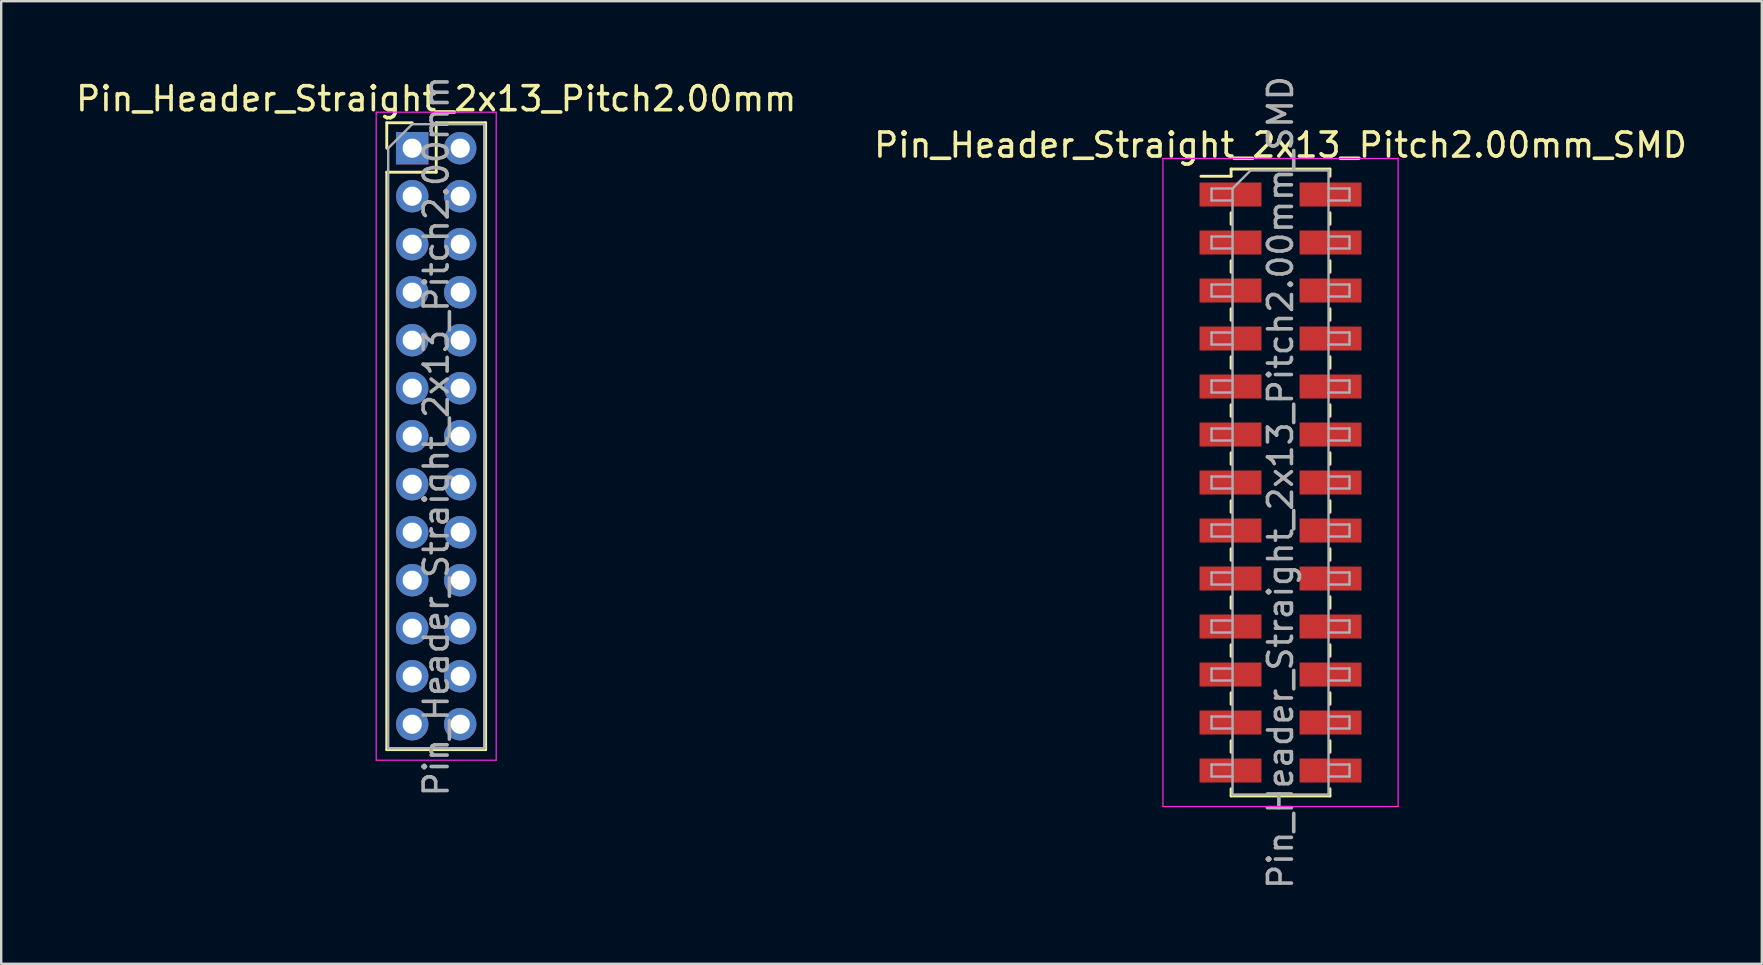
<source format=kicad_pcb>
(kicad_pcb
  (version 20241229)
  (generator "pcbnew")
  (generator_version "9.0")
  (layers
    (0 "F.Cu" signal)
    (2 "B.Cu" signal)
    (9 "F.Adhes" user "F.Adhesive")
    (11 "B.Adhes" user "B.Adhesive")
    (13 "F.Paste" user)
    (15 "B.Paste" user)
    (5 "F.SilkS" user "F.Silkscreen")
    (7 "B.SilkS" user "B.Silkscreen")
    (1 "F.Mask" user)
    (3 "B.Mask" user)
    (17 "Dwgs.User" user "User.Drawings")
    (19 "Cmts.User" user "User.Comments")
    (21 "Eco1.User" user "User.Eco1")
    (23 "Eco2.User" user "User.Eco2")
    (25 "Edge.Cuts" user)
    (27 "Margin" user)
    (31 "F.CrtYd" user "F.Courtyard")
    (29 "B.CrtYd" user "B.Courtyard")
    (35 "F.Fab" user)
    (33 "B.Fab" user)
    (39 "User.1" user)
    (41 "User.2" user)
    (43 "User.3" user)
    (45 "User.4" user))
  (footprint "Pin_Header_Straight_2x13_Pitch2.00mm_SMD"
    (layer "F.Cu")
    (at 50.304 17.054)
    (property "Reference" "Pin_Header_Straight_2x13_Pitch2.00mm_SMD" (at 0 -14.06 0) (layer "F.SilkS") (effects (font (size 1 1) (thickness 0.15))))
    (attr smd)
    (fp_line (start -3.315 -12.76) (end -2.06 -12.76) (stroke (width 0.12) (type solid)) (layer "F.SilkS"))
    (fp_line (start -2.06 -13.06) (end -2.06 -12.76) (stroke (width 0.12) (type solid)) (layer "F.SilkS"))
    (fp_line (start -2.06 -13.06) (end 2.06 -13.06) (stroke (width 0.12) (type solid)) (layer "F.SilkS"))
    (fp_line (start -2.06 -11.24) (end -2.06 -10.76) (stroke (width 0.12) (type solid)) (layer "F.SilkS"))
    (fp_line (start -2.06 -9.24) (end -2.06 -8.76) (stroke (width 0.12) (type solid)) (layer "F.SilkS"))
    (fp_line (start -2.06 -7.24) (end -2.06 -6.76) (stroke (width 0.12) (type solid)) (layer "F.SilkS"))
    (fp_line (start -2.06 -5.24) (end -2.06 -4.76) (stroke (width 0.12) (type solid)) (layer "F.SilkS"))
    (fp_line (start -2.06 -3.24) (end -2.06 -2.76) (stroke (width 0.12) (type solid)) (layer "F.SilkS"))
    (fp_line (start -2.06 -1.24) (end -2.06 -0.76) (stroke (width 0.12) (type solid)) (layer "F.SilkS"))
    (fp_line (start -2.06 0.76) (end -2.06 1.24) (stroke (width 0.12) (type solid)) (layer "F.SilkS"))
    (fp_line (start -2.06 2.76) (end -2.06 3.24) (stroke (width 0.12) (type solid)) (layer "F.SilkS"))
    (fp_line (start -2.06 4.76) (end -2.06 5.24) (stroke (width 0.12) (type solid)) (layer "F.SilkS"))
    (fp_line (start -2.06 6.76) (end -2.06 7.24) (stroke (width 0.12) (type solid)) (layer "F.SilkS"))
    (fp_line (start -2.06 8.76) (end -2.06 9.24) (stroke (width 0.12) (type solid)) (layer "F.SilkS"))
    (fp_line (start -2.06 10.76) (end -2.06 11.24) (stroke (width 0.12) (type solid)) (layer "F.SilkS"))
    (fp_line (start -2.06 12.76) (end -2.06 13.06) (stroke (width 0.12) (type solid)) (layer "F.SilkS"))
    (fp_line (start -2.06 13.06) (end 2.06 13.06) (stroke (width 0.12) (type solid)) (layer "F.SilkS"))
    (fp_line (start 2.06 -13.06) (end 2.06 -12.76) (stroke (width 0.12) (type solid)) (layer "F.SilkS"))
    (fp_line (start 2.06 -11.24) (end 2.06 -10.76) (stroke (width 0.12) (type solid)) (layer "F.SilkS"))
    (fp_line (start 2.06 -9.24) (end 2.06 -8.76) (stroke (width 0.12) (type solid)) (layer "F.SilkS"))
    (fp_line (start 2.06 -7.24) (end 2.06 -6.76) (stroke (width 0.12) (type solid)) (layer "F.SilkS"))
    (fp_line (start 2.06 -5.24) (end 2.06 -4.76) (stroke (width 0.12) (type solid)) (layer "F.SilkS"))
    (fp_line (start 2.06 -3.24) (end 2.06 -2.76) (stroke (width 0.12) (type solid)) (layer "F.SilkS"))
    (fp_line (start 2.06 -1.24) (end 2.06 -0.76) (stroke (width 0.12) (type solid)) (layer "F.SilkS"))
    (fp_line (start 2.06 0.76) (end 2.06 1.24) (stroke (width 0.12) (type solid)) (layer "F.SilkS"))
    (fp_line (start 2.06 2.76) (end 2.06 3.24) (stroke (width 0.12) (type solid)) (layer "F.SilkS"))
    (fp_line (start 2.06 4.76) (end 2.06 5.24) (stroke (width 0.12) (type solid)) (layer "F.SilkS"))
    (fp_line (start 2.06 6.76) (end 2.06 7.24) (stroke (width 0.12) (type solid)) (layer "F.SilkS"))
    (fp_line (start 2.06 8.76) (end 2.06 9.24) (stroke (width 0.12) (type solid)) (layer "F.SilkS"))
    (fp_line (start 2.06 10.76) (end 2.06 11.24) (stroke (width 0.12) (type solid)) (layer "F.SilkS"))
    (fp_line (start 2.06 12.76) (end 2.06 13.06) (stroke (width 0.12) (type solid)) (layer "F.SilkS"))
    (fp_line (start -4.9 -13.5) (end -4.9 13.5) (stroke (width 0.05) (type solid)) (layer "F.CrtYd"))
    (fp_line (start -4.9 13.5) (end 4.9 13.5) (stroke (width 0.05) (type solid)) (layer "F.CrtYd"))
    (fp_line (start 4.9 -13.5) (end -4.9 -13.5) (stroke (width 0.05) (type solid)) (layer "F.CrtYd"))
    (fp_line (start 4.9 13.5) (end 4.9 -13.5) (stroke (width 0.05) (type solid)) (layer "F.CrtYd"))
    (fp_line (start -2.875 -12.25) (end -2.875 -11.75) (stroke (width 0.1) (type solid)) (layer "F.Fab"))
    (fp_line (start -2.875 -11.75) (end -2 -11.75) (stroke (width 0.1) (type solid)) (layer "F.Fab"))
    (fp_line (start -2.875 -10.25) (end -2.875 -9.75) (stroke (width 0.1) (type solid)) (layer "F.Fab"))
    (fp_line (start -2.875 -9.75) (end -2 -9.75) (stroke (width 0.1) (type solid)) (layer "F.Fab"))
    (fp_line (start -2.875 -8.25) (end -2.875 -7.75) (stroke (width 0.1) (type solid)) (layer "F.Fab"))
    (fp_line (start -2.875 -7.75) (end -2 -7.75) (stroke (width 0.1) (type solid)) (layer "F.Fab"))
    (fp_line (start -2.875 -6.25) (end -2.875 -5.75) (stroke (width 0.1) (type solid)) (layer "F.Fab"))
    (fp_line (start -2.875 -5.75) (end -2 -5.75) (stroke (width 0.1) (type solid)) (layer "F.Fab"))
    (fp_line (start -2.875 -4.25) (end -2.875 -3.75) (stroke (width 0.1) (type solid)) (layer "F.Fab"))
    (fp_line (start -2.875 -3.75) (end -2 -3.75) (stroke (width 0.1) (type solid)) (layer "F.Fab"))
    (fp_line (start -2.875 -2.25) (end -2.875 -1.75) (stroke (width 0.1) (type solid)) (layer "F.Fab"))
    (fp_line (start -2.875 -1.75) (end -2 -1.75) (stroke (width 0.1) (type solid)) (layer "F.Fab"))
    (fp_line (start -2.875 -0.25) (end -2.875 0.25) (stroke (width 0.1) (type solid)) (layer "F.Fab"))
    (fp_line (start -2.875 0.25) (end -2 0.25) (stroke (width 0.1) (type solid)) (layer "F.Fab"))
    (fp_line (start -2.875 1.75) (end -2.875 2.25) (stroke (width 0.1) (type solid)) (layer "F.Fab"))
    (fp_line (start -2.875 2.25) (end -2 2.25) (stroke (width 0.1) (type solid)) (layer "F.Fab"))
    (fp_line (start -2.875 3.75) (end -2.875 4.25) (stroke (width 0.1) (type solid)) (layer "F.Fab"))
    (fp_line (start -2.875 4.25) (end -2 4.25) (stroke (width 0.1) (type solid)) (layer "F.Fab"))
    (fp_line (start -2.875 5.75) (end -2.875 6.25) (stroke (width 0.1) (type solid)) (layer "F.Fab"))
    (fp_line (start -2.875 6.25) (end -2 6.25) (stroke (width 0.1) (type solid)) (layer "F.Fab"))
    (fp_line (start -2.875 7.75) (end -2.875 8.25) (stroke (width 0.1) (type solid)) (layer "F.Fab"))
    (fp_line (start -2.875 8.25) (end -2 8.25) (stroke (width 0.1) (type solid)) (layer "F.Fab"))
    (fp_line (start -2.875 9.75) (end -2.875 10.25) (stroke (width 0.1) (type solid)) (layer "F.Fab"))
    (fp_line (start -2.875 10.25) (end -2 10.25) (stroke (width 0.1) (type solid)) (layer "F.Fab"))
    (fp_line (start -2.875 11.75) (end -2.875 12.25) (stroke (width 0.1) (type solid)) (layer "F.Fab"))
    (fp_line (start -2.875 12.25) (end -2 12.25) (stroke (width 0.1) (type solid)) (layer "F.Fab"))
    (fp_line (start -2 -12.25) (end -2.875 -12.25) (stroke (width 0.1) (type solid)) (layer "F.Fab"))
    (fp_line (start -2 -12.25) (end -1.25 -13) (stroke (width 0.1) (type solid)) (layer "F.Fab"))
    (fp_line (start -2 -10.25) (end -2.875 -10.25) (stroke (width 0.1) (type solid)) (layer "F.Fab"))
    (fp_line (start -2 -8.25) (end -2.875 -8.25) (stroke (width 0.1) (type solid)) (layer "F.Fab"))
    (fp_line (start -2 -6.25) (end -2.875 -6.25) (stroke (width 0.1) (type solid)) (layer "F.Fab"))
    (fp_line (start -2 -4.25) (end -2.875 -4.25) (stroke (width 0.1) (type solid)) (layer "F.Fab"))
    (fp_line (start -2 -2.25) (end -2.875 -2.25) (stroke (width 0.1) (type solid)) (layer "F.Fab"))
    (fp_line (start -2 -0.25) (end -2.875 -0.25) (stroke (width 0.1) (type solid)) (layer "F.Fab"))
    (fp_line (start -2 1.75) (end -2.875 1.75) (stroke (width 0.1) (type solid)) (layer "F.Fab"))
    (fp_line (start -2 3.75) (end -2.875 3.75) (stroke (width 0.1) (type solid)) (layer "F.Fab"))
    (fp_line (start -2 5.75) (end -2.875 5.75) (stroke (width 0.1) (type solid)) (layer "F.Fab"))
    (fp_line (start -2 7.75) (end -2.875 7.75) (stroke (width 0.1) (type solid)) (layer "F.Fab"))
    (fp_line (start -2 9.75) (end -2.875 9.75) (stroke (width 0.1) (type solid)) (layer "F.Fab"))
    (fp_line (start -2 11.75) (end -2.875 11.75) (stroke (width 0.1) (type solid)) (layer "F.Fab"))
    (fp_line (start -2 13) (end -2 -12.25) (stroke (width 0.1) (type solid)) (layer "F.Fab"))
    (fp_line (start -1.25 -13) (end 2 -13) (stroke (width 0.1) (type solid)) (layer "F.Fab"))
    (fp_line (start 2 -13) (end 2 13) (stroke (width 0.1) (type solid)) (layer "F.Fab"))
    (fp_line (start 2 -12.25) (end 2.875 -12.25) (stroke (width 0.1) (type solid)) (layer "F.Fab"))
    (fp_line (start 2 -10.25) (end 2.875 -10.25) (stroke (width 0.1) (type solid)) (layer "F.Fab"))
    (fp_line (start 2 -8.25) (end 2.875 -8.25) (stroke (width 0.1) (type solid)) (layer "F.Fab"))
    (fp_line (start 2 -6.25) (end 2.875 -6.25) (stroke (width 0.1) (type solid)) (layer "F.Fab"))
    (fp_line (start 2 -4.25) (end 2.875 -4.25) (stroke (width 0.1) (type solid)) (layer "F.Fab"))
    (fp_line (start 2 -2.25) (end 2.875 -2.25) (stroke (width 0.1) (type solid)) (layer "F.Fab"))
    (fp_line (start 2 -0.25) (end 2.875 -0.25) (stroke (width 0.1) (type solid)) (layer "F.Fab"))
    (fp_line (start 2 1.75) (end 2.875 1.75) (stroke (width 0.1) (type solid)) (layer "F.Fab"))
    (fp_line (start 2 3.75) (end 2.875 3.75) (stroke (width 0.1) (type solid)) (layer "F.Fab"))
    (fp_line (start 2 5.75) (end 2.875 5.75) (stroke (width 0.1) (type solid)) (layer "F.Fab"))
    (fp_line (start 2 7.75) (end 2.875 7.75) (stroke (width 0.1) (type solid)) (layer "F.Fab"))
    (fp_line (start 2 9.75) (end 2.875 9.75) (stroke (width 0.1) (type solid)) (layer "F.Fab"))
    (fp_line (start 2 11.75) (end 2.875 11.75) (stroke (width 0.1) (type solid)) (layer "F.Fab"))
    (fp_line (start 2 13) (end -2 13) (stroke (width 0.1) (type solid)) (layer "F.Fab"))
    (fp_line (start 2.875 -12.25) (end 2.875 -11.75) (stroke (width 0.1) (type solid)) (layer "F.Fab"))
    (fp_line (start 2.875 -11.75) (end 2 -11.75) (stroke (width 0.1) (type solid)) (layer "F.Fab"))
    (fp_line (start 2.875 -10.25) (end 2.875 -9.75) (stroke (width 0.1) (type solid)) (layer "F.Fab"))
    (fp_line (start 2.875 -9.75) (end 2 -9.75) (stroke (width 0.1) (type solid)) (layer "F.Fab"))
    (fp_line (start 2.875 -8.25) (end 2.875 -7.75) (stroke (width 0.1) (type solid)) (layer "F.Fab"))
    (fp_line (start 2.875 -7.75) (end 2 -7.75) (stroke (width 0.1) (type solid)) (layer "F.Fab"))
    (fp_line (start 2.875 -6.25) (end 2.875 -5.75) (stroke (width 0.1) (type solid)) (layer "F.Fab"))
    (fp_line (start 2.875 -5.75) (end 2 -5.75) (stroke (width 0.1) (type solid)) (layer "F.Fab"))
    (fp_line (start 2.875 -4.25) (end 2.875 -3.75) (stroke (width 0.1) (type solid)) (layer "F.Fab"))
    (fp_line (start 2.875 -3.75) (end 2 -3.75) (stroke (width 0.1) (type solid)) (layer "F.Fab"))
    (fp_line (start 2.875 -2.25) (end 2.875 -1.75) (stroke (width 0.1) (type solid)) (layer "F.Fab"))
    (fp_line (start 2.875 -1.75) (end 2 -1.75) (stroke (width 0.1) (type solid)) (layer "F.Fab"))
    (fp_line (start 2.875 -0.25) (end 2.875 0.25) (stroke (width 0.1) (type solid)) (layer "F.Fab"))
    (fp_line (start 2.875 0.25) (end 2 0.25) (stroke (width 0.1) (type solid)) (layer "F.Fab"))
    (fp_line (start 2.875 1.75) (end 2.875 2.25) (stroke (width 0.1) (type solid)) (layer "F.Fab"))
    (fp_line (start 2.875 2.25) (end 2 2.25) (stroke (width 0.1) (type solid)) (layer "F.Fab"))
    (fp_line (start 2.875 3.75) (end 2.875 4.25) (stroke (width 0.1) (type solid)) (layer "F.Fab"))
    (fp_line (start 2.875 4.25) (end 2 4.25) (stroke (width 0.1) (type solid)) (layer "F.Fab"))
    (fp_line (start 2.875 5.75) (end 2.875 6.25) (stroke (width 0.1) (type solid)) (layer "F.Fab"))
    (fp_line (start 2.875 6.25) (end 2 6.25) (stroke (width 0.1) (type solid)) (layer "F.Fab"))
    (fp_line (start 2.875 7.75) (end 2.875 8.25) (stroke (width 0.1) (type solid)) (layer "F.Fab"))
    (fp_line (start 2.875 8.25) (end 2 8.25) (stroke (width 0.1) (type solid)) (layer "F.Fab"))
    (fp_line (start 2.875 9.75) (end 2.875 10.25) (stroke (width 0.1) (type solid)) (layer "F.Fab"))
    (fp_line (start 2.875 10.25) (end 2 10.25) (stroke (width 0.1) (type solid)) (layer "F.Fab"))
    (fp_line (start 2.875 11.75) (end 2.875 12.25) (stroke (width 0.1) (type solid)) (layer "F.Fab"))
    (fp_line (start 2.875 12.25) (end 2 12.25) (stroke (width 0.1) (type solid)) (layer "F.Fab"))
    (fp_text user "${REFERENCE}" (at 0 0 90) (layer "F.Fab") (effects (font (size 1 1) (thickness 0.15))))
    (pad "1" smd rect (at -2.085 -12) (size 2.58 1) (layers "F.Cu" "F.Mask" "F.Paste"))
    (pad "2" smd rect (at 2.085 -12) (size 2.58 1) (layers "F.Cu" "F.Mask" "F.Paste"))
    (pad "3" smd rect (at -2.085 -10) (size 2.58 1) (layers "F.Cu" "F.Mask" "F.Paste"))
    (pad "4" smd rect (at 2.085 -10) (size 2.58 1) (layers "F.Cu" "F.Mask" "F.Paste"))
    (pad "5" smd rect (at -2.085 -8) (size 2.58 1) (layers "F.Cu" "F.Mask" "F.Paste"))
    (pad "6" smd rect (at 2.085 -8) (size 2.58 1) (layers "F.Cu" "F.Mask" "F.Paste"))
    (pad "7" smd rect (at -2.085 -6) (size 2.58 1) (layers "F.Cu" "F.Mask" "F.Paste"))
    (pad "8" smd rect (at 2.085 -6) (size 2.58 1) (layers "F.Cu" "F.Mask" "F.Paste"))
    (pad "9" smd rect (at -2.085 -4) (size 2.58 1) (layers "F.Cu" "F.Mask" "F.Paste"))
    (pad "10" smd rect (at 2.085 -4) (size 2.58 1) (layers "F.Cu" "F.Mask" "F.Paste"))
    (pad "11" smd rect (at -2.085 -2) (size 2.58 1) (layers "F.Cu" "F.Mask" "F.Paste"))
    (pad "12" smd rect (at 2.085 -2) (size 2.58 1) (layers "F.Cu" "F.Mask" "F.Paste"))
    (pad "13" smd rect (at -2.085 0) (size 2.58 1) (layers "F.Cu" "F.Mask" "F.Paste"))
    (pad "14" smd rect (at 2.085 0) (size 2.58 1) (layers "F.Cu" "F.Mask" "F.Paste"))
    (pad "15" smd rect (at -2.085 2) (size 2.58 1) (layers "F.Cu" "F.Mask" "F.Paste"))
    (pad "16" smd rect (at 2.085 2) (size 2.58 1) (layers "F.Cu" "F.Mask" "F.Paste"))
    (pad "17" smd rect (at -2.085 4) (size 2.58 1) (layers "F.Cu" "F.Mask" "F.Paste"))
    (pad "18" smd rect (at 2.085 4) (size 2.58 1) (layers "F.Cu" "F.Mask" "F.Paste"))
    (pad "19" smd rect (at -2.085 6) (size 2.58 1) (layers "F.Cu" "F.Mask" "F.Paste"))
    (pad "20" smd rect (at 2.085 6) (size 2.58 1) (layers "F.Cu" "F.Mask" "F.Paste"))
    (pad "21" smd rect (at -2.085 8) (size 2.58 1) (layers "F.Cu" "F.Mask" "F.Paste"))
    (pad "22" smd rect (at 2.085 8) (size 2.58 1) (layers "F.Cu" "F.Mask" "F.Paste"))
    (pad "23" smd rect (at -2.085 10) (size 2.58 1) (layers "F.Cu" "F.Mask" "F.Paste"))
    (pad "24" smd rect (at 2.085 10) (size 2.58 1) (layers "F.Cu" "F.Mask" "F.Paste"))
    (pad "25" smd rect (at -2.085 12) (size 2.58 1) (layers "F.Cu" "F.Mask" "F.Paste"))
    (pad "26" smd rect (at 2.085 12) (size 2.58 1) (layers "F.Cu" "F.Mask" "F.Paste")))
  (footprint "Pin_Header_Straight_2x13_Pitch2.00mm"
    (layer "F.Cu")
    (at 14.125 3.125)
    (property "Reference" "Pin_Header_Straight_2x13_Pitch2.00mm" (at 1 -2.06 0) (layer "F.SilkS") (effects (font (size 1 1) (thickness 0.15))))
    (attr through_hole)
    (fp_line (start -1.06 -1.06) (end 0 -1.06) (stroke (width 0.12) (type solid)) (layer "F.SilkS"))
    (fp_line (start -1.06 0) (end -1.06 -1.06) (stroke (width 0.12) (type solid)) (layer "F.SilkS"))
    (fp_line (start -1.06 1) (end -1.06 25.06) (stroke (width 0.12) (type solid)) (layer "F.SilkS"))
    (fp_line (start -1.06 1) (end 1 1) (stroke (width 0.12) (type solid)) (layer "F.SilkS"))
    (fp_line (start -1.06 25.06) (end 3.06 25.06) (stroke (width 0.12) (type solid)) (layer "F.SilkS"))
    (fp_line (start 1 -1.06) (end 3.06 -1.06) (stroke (width 0.12) (type solid)) (layer "F.SilkS"))
    (fp_line (start 1 1) (end 1 -1.06) (stroke (width 0.12) (type solid)) (layer "F.SilkS"))
    (fp_line (start 3.06 -1.06) (end 3.06 25.06) (stroke (width 0.12) (type solid)) (layer "F.SilkS"))
    (fp_line (start -1.5 -1.5) (end -1.5 25.5) (stroke (width 0.05) (type solid)) (layer "F.CrtYd"))
    (fp_line (start -1.5 25.5) (end 3.5 25.5) (stroke (width 0.05) (type solid)) (layer "F.CrtYd"))
    (fp_line (start 3.5 -1.5) (end -1.5 -1.5) (stroke (width 0.05) (type solid)) (layer "F.CrtYd"))
    (fp_line (start 3.5 25.5) (end 3.5 -1.5) (stroke (width 0.05) (type solid)) (layer "F.CrtYd"))
    (fp_line (start -1 0) (end 0 -1) (stroke (width 0.1) (type solid)) (layer "F.Fab"))
    (fp_line (start -1 25) (end -1 0) (stroke (width 0.1) (type solid)) (layer "F.Fab"))
    (fp_line (start 0 -1) (end 3 -1) (stroke (width 0.1) (type solid)) (layer "F.Fab"))
    (fp_line (start 3 -1) (end 3 25) (stroke (width 0.1) (type solid)) (layer "F.Fab"))
    (fp_line (start 3 25) (end -1 25) (stroke (width 0.1) (type solid)) (layer "F.Fab"))
    (fp_text user "${REFERENCE}" (at 1 12 90) (layer "F.Fab") (effects (font (size 1 1) (thickness 0.15))))
    (pad "1" thru_hole rect (at 0 0) (size 1.35 1.35) (drill 0.8) (layers "*.Cu" "*.Mask"))
    (pad "2" thru_hole oval (at 2 0) (size 1.35 1.35) (drill 0.8) (layers "*.Cu" "*.Mask"))
    (pad "3" thru_hole oval (at 0 2) (size 1.35 1.35) (drill 0.8) (layers "*.Cu" "*.Mask"))
    (pad "4" thru_hole oval (at 2 2) (size 1.35 1.35) (drill 0.8) (layers "*.Cu" "*.Mask"))
    (pad "5" thru_hole oval (at 0 4) (size 1.35 1.35) (drill 0.8) (layers "*.Cu" "*.Mask"))
    (pad "6" thru_hole oval (at 2 4) (size 1.35 1.35) (drill 0.8) (layers "*.Cu" "*.Mask"))
    (pad "7" thru_hole oval (at 0 6) (size 1.35 1.35) (drill 0.8) (layers "*.Cu" "*.Mask"))
    (pad "8" thru_hole oval (at 2 6) (size 1.35 1.35) (drill 0.8) (layers "*.Cu" "*.Mask"))
    (pad "9" thru_hole oval (at 0 8) (size 1.35 1.35) (drill 0.8) (layers "*.Cu" "*.Mask"))
    (pad "10" thru_hole oval (at 2 8) (size 1.35 1.35) (drill 0.8) (layers "*.Cu" "*.Mask"))
    (pad "11" thru_hole oval (at 0 10) (size 1.35 1.35) (drill 0.8) (layers "*.Cu" "*.Mask"))
    (pad "12" thru_hole oval (at 2 10) (size 1.35 1.35) (drill 0.8) (layers "*.Cu" "*.Mask"))
    (pad "13" thru_hole oval (at 0 12) (size 1.35 1.35) (drill 0.8) (layers "*.Cu" "*.Mask"))
    (pad "14" thru_hole oval (at 2 12) (size 1.35 1.35) (drill 0.8) (layers "*.Cu" "*.Mask"))
    (pad "15" thru_hole oval (at 0 14) (size 1.35 1.35) (drill 0.8) (layers "*.Cu" "*.Mask"))
    (pad "16" thru_hole oval (at 2 14) (size 1.35 1.35) (drill 0.8) (layers "*.Cu" "*.Mask"))
    (pad "17" thru_hole oval (at 0 16) (size 1.35 1.35) (drill 0.8) (layers "*.Cu" "*.Mask"))
    (pad "18" thru_hole oval (at 2 16) (size 1.35 1.35) (drill 0.8) (layers "*.Cu" "*.Mask"))
    (pad "19" thru_hole oval (at 0 18) (size 1.35 1.35) (drill 0.8) (layers "*.Cu" "*.Mask"))
    (pad "20" thru_hole oval (at 2 18) (size 1.35 1.35) (drill 0.8) (layers "*.Cu" "*.Mask"))
    (pad "21" thru_hole oval (at 0 20) (size 1.35 1.35) (drill 0.8) (layers "*.Cu" "*.Mask"))
    (pad "22" thru_hole oval (at 2 20) (size 1.35 1.35) (drill 0.8) (layers "*.Cu" "*.Mask"))
    (pad "23" thru_hole oval (at 0 22) (size 1.35 1.35) (drill 0.8) (layers "*.Cu" "*.Mask"))
    (pad "24" thru_hole oval (at 2 22) (size 1.35 1.35) (drill 0.8) (layers "*.Cu" "*.Mask"))
    (pad "25" thru_hole oval (at 0 24) (size 1.35 1.35) (drill 0.8) (layers "*.Cu" "*.Mask"))
    (pad "26" thru_hole oval (at 2 24) (size 1.35 1.35) (drill 0.8) (layers "*.Cu" "*.Mask")))
  (gr_rect
    (start -3 -3)
    (end 70.357 37.107)
    (stroke (width 0.1) (type default))
    (fill no)
    (layer "Edge.Cuts")))
</source>
